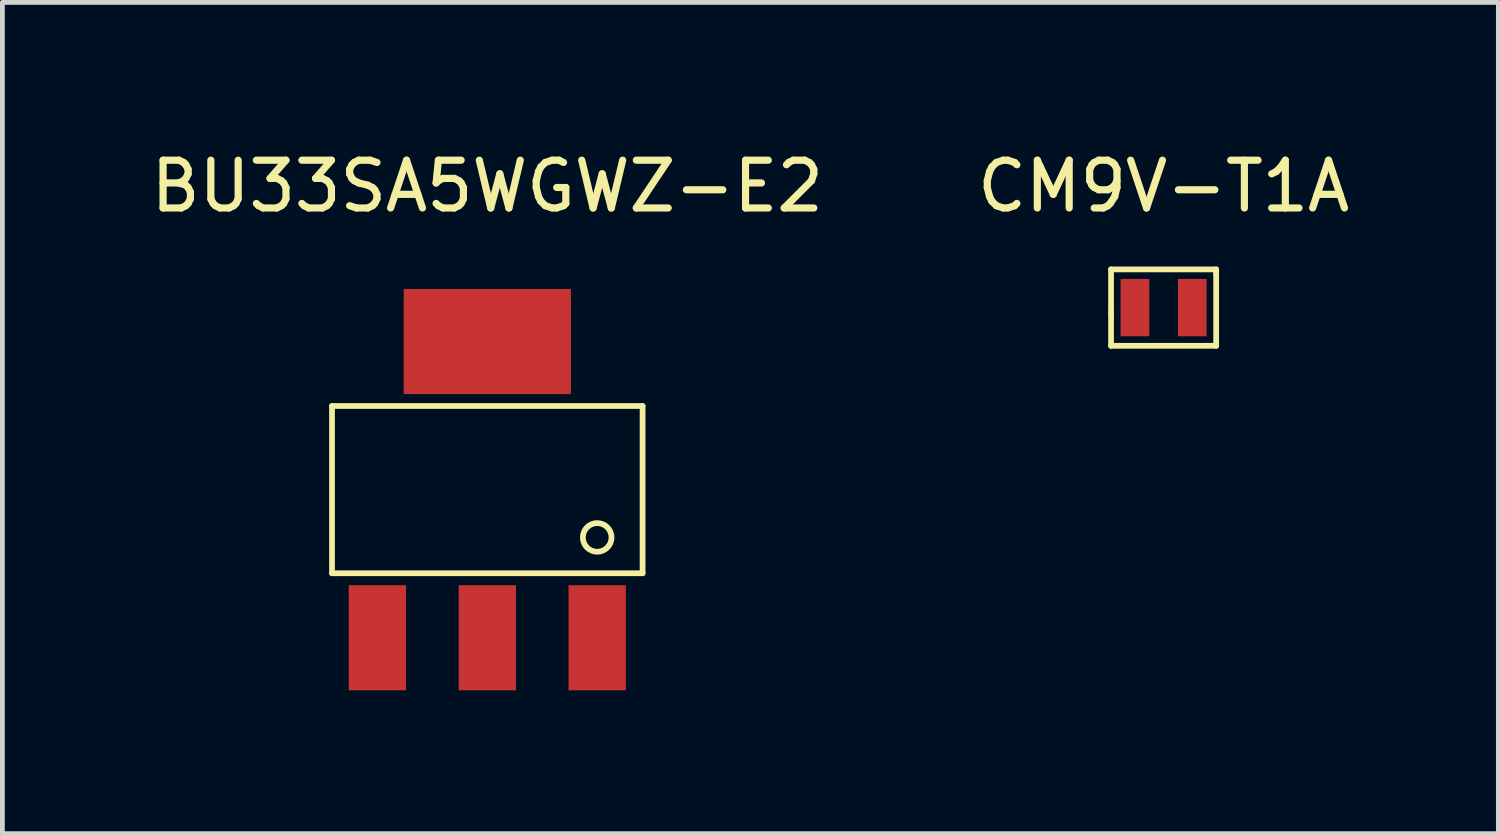
<source format=kicad_pcb>
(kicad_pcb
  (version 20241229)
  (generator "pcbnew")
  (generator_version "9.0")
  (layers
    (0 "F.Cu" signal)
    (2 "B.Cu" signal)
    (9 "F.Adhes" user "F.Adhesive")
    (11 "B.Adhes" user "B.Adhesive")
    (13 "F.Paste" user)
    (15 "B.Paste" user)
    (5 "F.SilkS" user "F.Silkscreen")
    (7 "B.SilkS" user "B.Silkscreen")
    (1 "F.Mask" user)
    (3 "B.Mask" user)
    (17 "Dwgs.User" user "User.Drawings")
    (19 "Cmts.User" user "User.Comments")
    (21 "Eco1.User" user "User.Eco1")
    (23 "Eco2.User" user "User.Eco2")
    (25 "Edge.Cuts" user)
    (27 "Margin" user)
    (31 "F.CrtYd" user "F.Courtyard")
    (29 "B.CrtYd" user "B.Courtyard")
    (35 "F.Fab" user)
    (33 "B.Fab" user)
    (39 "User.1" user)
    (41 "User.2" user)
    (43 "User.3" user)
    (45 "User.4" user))
  (footprint "BU33SA5WGWZ-E2"
    (layer "F.Cu")
    (at 7.149 7.198)
    (property "Reference" "BU33SA5WGWZ-E2" (at 0 -6.35 0) (layer "F.SilkS") (effects (font (size 1 1) (thickness 0.15))))
    (attr smd)
    (fp_line (start -3.25 1.75) (end -3.25 -1.75) (stroke (width 0.12) (type solid)) (layer "F.SilkS"))
    (fp_line (start -3.25 1.75) (end 3.25 1.75) (stroke (width 0.12) (type solid)) (layer "F.SilkS"))
    (fp_line (start 3.25 -1.75) (end -3.25 -1.75) (stroke (width 0.12) (type solid)) (layer "F.SilkS"))
    (fp_line (start 3.25 1.75) (end 3.25 -1.75) (stroke (width 0.12) (type solid)) (layer "F.SilkS"))
    (fp_circle (center 2.3 1) (end 2.6 1) (stroke (width 0.12) (type solid)) (fill no) (layer "F.SilkS"))
    (pad "1" smd rect (at 2.3 3.1) (size 1.2 2.2) (layers "F.Cu" "F.Mask" "F.Paste"))
    (pad "2" smd rect (at 0 3.1) (size 1.2 2.2) (layers "F.Cu" "F.Mask" "F.Paste"))
    (pad "3" smd rect (at -2.3 3.1) (size 1.2 2.2) (layers "F.Cu" "F.Mask" "F.Paste"))
    (pad "4" smd rect (at 0 -3.1) (size 3.5 2.2) (layers "F.Cu" "F.Mask" "F.Paste")))
  (footprint "CM9V-T1A"
    (layer "F.Cu")
    (at 21.304 3.388)
    (property "Reference" "CM9V-T1A" (at 0 -2.54 0) (layer "F.SilkS") (effects (font (size 1 1) (thickness 0.15))))
    (attr through_hole)
    (fp_line (start -1.1 -0.8) (end -1.1 0.1) (stroke (width 0.12) (type solid)) (layer "F.SilkS"))
    (fp_line (start -1.1 0.1) (end -1.1 0.8) (stroke (width 0.12) (type solid)) (layer "F.SilkS"))
    (fp_line (start -1.1 0.8) (end 1.1 0.8) (stroke (width 0.12) (type solid)) (layer "F.SilkS"))
    (fp_line (start 1.1 -0.8) (end -1.1 -0.8) (stroke (width 0.12) (type solid)) (layer "F.SilkS"))
    (fp_line (start 1.1 -0.7) (end 1.1 -0.8) (stroke (width 0.12) (type solid)) (layer "F.SilkS"))
    (fp_line (start 1.1 0.8) (end 1.1 -0.7) (stroke (width 0.12) (type solid)) (layer "F.SilkS"))
    (pad "1" smd rect (at -0.6 0) (size 0.6 1.2) (layers "F.Cu" "F.Mask" "F.Paste"))
    (pad "2" smd rect (at 0.6 0) (size 0.6 1.2) (layers "F.Cu" "F.Mask" "F.Paste")))
  (gr_rect
    (start -3 -3)
    (end 28.31 14.398)
    (stroke (width 0.1) (type default))
    (fill no)
    (layer "Edge.Cuts")))
</source>
